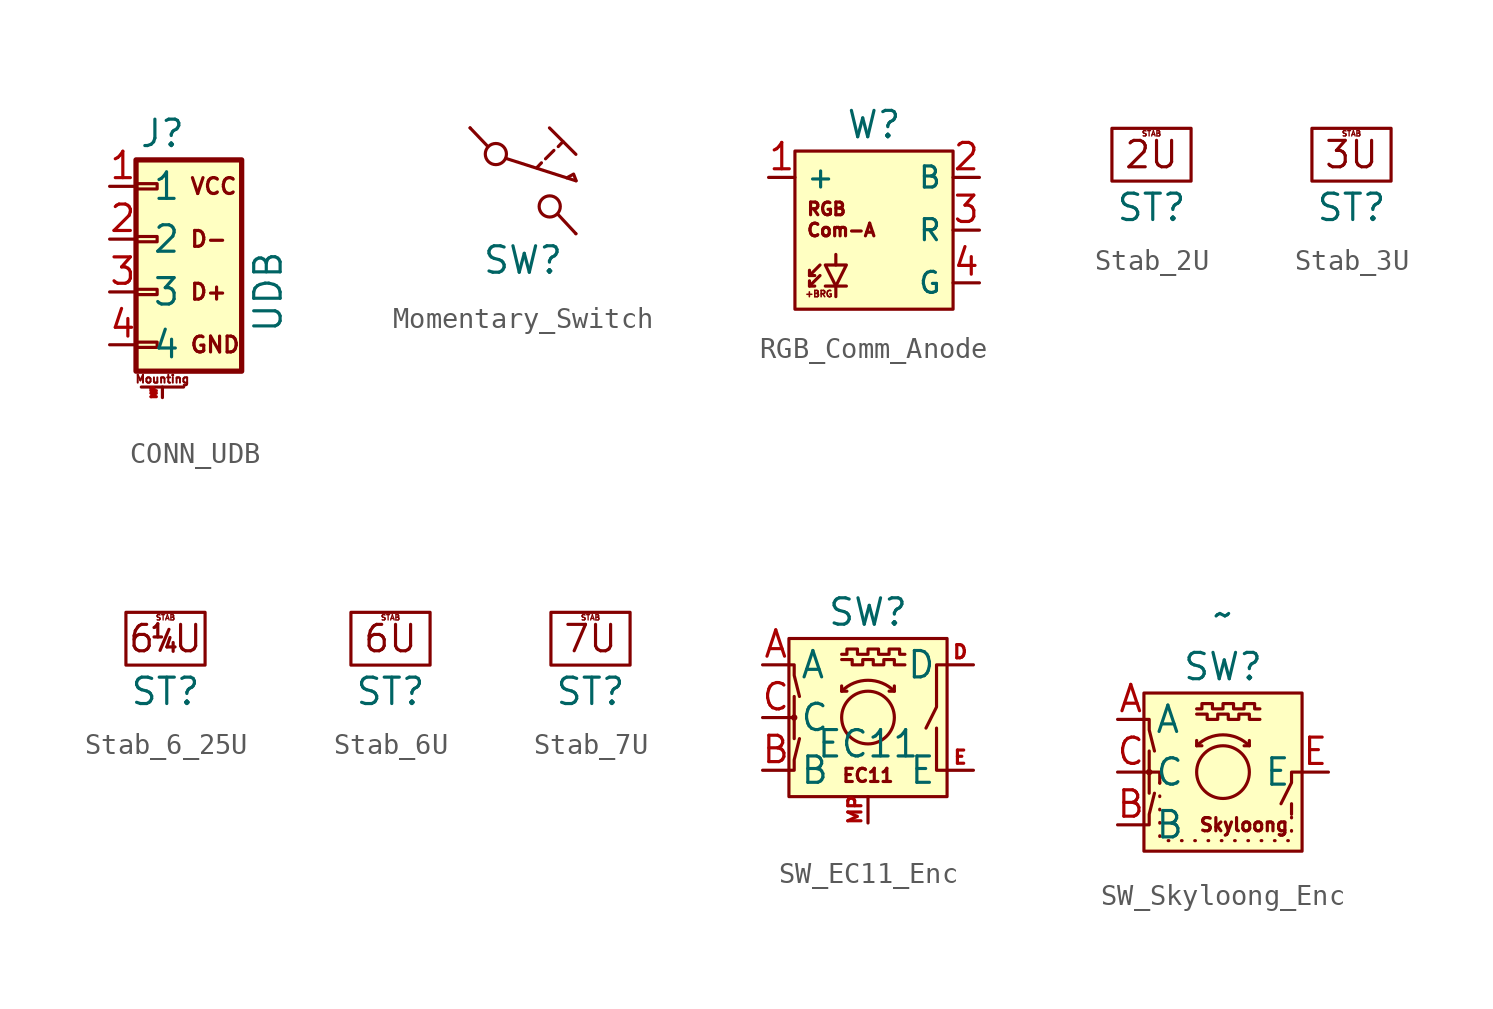
<source format=kicad_sym>
(kicad_symbol_lib
  (version 20241209)
  (generator "kicad_symbol_editor")
  (generator_version "9.0")
  (symbol "CONN_UDB"
    (pin_names
      (offset 0.762))
    (property "Reference" "J"
      (at 0 7.62 0)
      (effects (font (size 1.27 1.27))))
    (property "Value" "UDB"
      (at 5.08 0 90)
      (effects (font (size 1.27 1.27))))
    (symbol "CONN_UDB_1_1"
      (rectangle (start -1.27 6.35) (end 3.81 -3.81) (stroke (width 0.254) (type default)) (fill (type background)))
      (rectangle (start -1.27 5.207) (end -0.254 4.953) (stroke (width 0.152) (type default)) (fill (type none)))
      (rectangle (start -1.27 2.667) (end -0.254 2.413) (stroke (width 0.152) (type default)) (fill (type none)))
      (rectangle (start -1.27 0.127) (end -0.254 -0.127) (stroke (width 0.152) (type default)) (fill (type none)))
      (rectangle (start -1.27 -2.413) (end -0.254 -2.667) (stroke (width 0.152) (type default)) (fill (type none)))
      (polyline (pts (xy -1.016 -4.572) (xy 1.016 -4.572)) (stroke (width 0.152) (type default)) (fill (type none)))
      (text "Mounting" (at 0 -4.191 0) (effects (font (size 0.381 0.381))))
      (text "VCC" (at 1.27 5.08 0) (effects (font (size 0.762 0.762)) (justify left)))
      (text "D-" (at 1.27 2.54 0) (effects (font (size 0.762 0.762)) (justify left)))
      (text "D+" (at 1.27 0 0) (effects (font (size 0.762 0.762)) (justify left)))
      (text "GND" (at 1.27 -2.54 0) (effects (font (size 0.762 0.762)) (justify left)))
      (pin passive line (at -2.54 5.08 0) (length 1.27) (name "1" (effects (font (size 1.27 1.27)))) (number "1" (effects (font (size 1.27 1.27)))))
      (pin passive line (at -2.54 2.54 0) (length 1.27) (name "2" (effects (font (size 1.27 1.27)))) (number "2" (effects (font (size 1.27 1.27)))))
      (pin passive line (at -2.54 0 0) (length 1.27) (name "3" (effects (font (size 1.27 1.27)))) (number "3" (effects (font (size 1.27 1.27)))))
      (pin passive line (at -2.54 -2.54 0) (length 1.27) (name "4" (effects (font (size 1.27 1.27)))) (number "4" (effects (font (size 1.27 1.27)))))
      (pin passive line (at 0 -5.08 90) (length 0.508) (name "" (effects (font (size 0.254 0.254)))) (number "MP" (effects (font (size 0.254 0.254)))))))
  (symbol "Momentary_Switch"
    (pin_numbers
      (hide yes))
    (pin_names
      (offset 0)
      (hide yes))
    (property "Reference" "SW"
      (at 0 -3.81 0)
      (effects (font (size 1.27 1.27))))
    (property "Value" ""
      (at 0 3.556 0)
      (effects (font (size 1.27 1.27))))
    (symbol "Momentary_Switch_0_1"
      (polyline (pts (xy -1.687 1.646) (xy -2.54 2.54)) (stroke (width 0) (type default)) (fill (type none)))
      (circle (center 1.283 -1.231) (radius 0.508) (stroke (width 0) (type default)) (fill (type none)))
      (polyline (pts (xy 1.686 -1.621) (xy 2.54 -2.54)) (stroke (width 0) (type default)) (fill (type none))))
    (symbol "Momentary_Switch_1_1"
      (circle (center -1.303 1.284) (radius 0.508) (stroke (width 0) (type solid)) (fill (type none)))
      (polyline (pts (xy -0.819 1.075) (xy 2.54 0)) (stroke (width 0) (type default)) (fill (type none)))
      (polyline (pts (xy 0.659 0.625) (xy 0.886 0.863)) (stroke (width 0) (type dash)) (fill (type none)))
      (polyline (pts (xy 1.081 1.056) (xy 1.484 1.459)) (stroke (width 0) (type dash)) (fill (type none)))
      (polyline (pts (xy 1.27 2.54) (xy 2.54 1.27)) (stroke (width 0) (type default)) (fill (type none)))
      (polyline (pts (xy 1.692 1.643) (xy 1.92 1.881)) (stroke (width 0) (type dash)) (fill (type none)))
      (polyline (pts (xy 2.106 0.143) (xy 2.429 0.322) (xy 2.554 0)) (stroke (width 0) (type default)) (fill (type none)))
      (pin passive line (at -2.54 2.54 0) (length 0) (name "" (effects (font (size 1.27 1.27)))) (number "1" (effects (font (size 1.27 1.27)))))
      (pin passive line (at 2.54 -2.54 180) (length 0) (name "" (effects (font (size 1.27 1.27)))) (number "2" (effects (font (size 1.27 1.27)))))))
  (symbol "RGB_Comm_Anode"
    (property "Reference" "W"
      (at 0 5.08 0)
      (effects (font (size 1.27 1.27))))
    (property "Value" ""
      (at 0 0 0)
      (effects (font (size 1.27 1.27))))
    (symbol "RGB_Comm_Anode_1_1"
      (rectangle (start -3.81 3.81) (end 3.81 -3.81) (stroke (width 0) (type solid)) (fill (type background)))
      (polyline (pts (xy -3.109 -1.934) (xy -3.109 -2.188) (xy -2.855 -2.188)) (stroke (width 0) (type default)) (fill (type none)))
      (polyline (pts (xy -3.109 -2.442) (xy -3.109 -2.696) (xy -2.855 -2.696)) (stroke (width 0) (type default)) (fill (type none)))
      (polyline (pts (xy -3.109 -2.696) (xy -2.601 -2.188)) (stroke (width 0) (type default)) (fill (type none)))
      (polyline (pts (xy -2.601 -1.68) (xy -3.109 -2.188)) (stroke (width 0) (type default)) (fill (type none)))
      (polyline (pts (xy -1.839 -1.68) (xy -1.839 -1.172)) (stroke (width 0) (type default)) (fill (type none)))
      (polyline (pts (xy -1.839 -2.696) (xy -1.331 -2.696)) (stroke (width 0) (type default)) (fill (type none)))
      (polyline (pts (xy -1.839 -2.696) (xy -2.347 -1.68) (xy -1.331 -1.68) (xy -1.839 -2.696)) (stroke (width 0) (type default)) (fill (type none)))
      (polyline (pts (xy -1.839 -3.204) (xy -1.839 -2.696) (xy -2.347 -2.696)) (stroke (width 0) (type default)) (fill (type none)))
      (text "+BRG" (at -3.353 -3.071 0) (effects (font (size 0.305 0.305)) (justify left)))
      (text "RGB" (at -3.302 1.016 0) (effects (font (size 0.61 0.61)) (justify left)))
      (text "Com-A" (at -3.302 0 0) (effects (font (size 0.61 0.61)) (justify left)))
      (pin power_in line (at -5.08 2.54 0) (length 1.27) (name "+" (effects (font (size 1.016 1.016)))) (number "1" (effects (font (size 1.27 1.27)))))
      (pin passive line (at 5.08 2.54 180) (length 1.27) (name "B" (effects (font (size 1.016 1.016)))) (number "2" (effects (font (size 1.27 1.27)))))
      (pin passive line (at 5.08 0 180) (length 1.27) (name "R" (effects (font (size 1.016 1.016)))) (number "3" (effects (font (size 1.27 1.27)))))
      (pin passive line (at 5.08 -2.54 180) (length 1.27) (name "G" (effects (font (size 1.016 1.016)))) (number "4" (effects (font (size 1.27 1.27)))))))
  (symbol "Stab_2U"
    (pin_numbers
      (hide yes))
    (pin_names
      (offset 0)
      (hide yes))
    (property "Reference" "ST"
      (at 0 -2.54 0)
      (effects (font (size 1.27 1.27))))
    (property "Value" ""
      (at 0 2.54 0)
      (effects (font (size 1.27 1.27))))
    (symbol "Stab_2U_1_1"
      (polyline (pts (xy -1.905 1.27) (xy -1.905 -1.27) (xy 1.905 -1.27) (xy 1.905 1.27) (xy -1.905 1.27)) (stroke (width 0) (type solid)) (fill (type none)))
      (text "STAB" (at 0 1.016 0) (effects (font (size 0.254 0.254))))
      (text "2U" (at 0 0 0) (effects (font (size 1.27 1.27))))))
  (symbol "Stab_3U"
    (pin_numbers
      (hide yes))
    (pin_names
      (offset 0)
      (hide yes))
    (property "Reference" "ST"
      (at 0 -2.54 0)
      (effects (font (size 1.27 1.27))))
    (property "Value" ""
      (at 0 2.54 0)
      (effects (font (size 1.27 1.27))))
    (symbol "Stab_3U_1_1"
      (polyline (pts (xy -1.905 1.27) (xy -1.905 -1.27) (xy 1.905 -1.27) (xy 1.905 1.27) (xy -1.905 1.27)) (stroke (width 0) (type solid)) (fill (type none)))
      (text "STAB" (at 0 1.016 0) (effects (font (size 0.254 0.254))))
      (text "3U" (at 0 0 0) (effects (font (size 1.27 1.27))))))
  (symbol "Stab_6_25U"
    (pin_numbers
      (hide yes))
    (pin_names
      (offset 0)
      (hide yes))
    (property "Reference" "ST"
      (at 0 -2.54 0)
      (effects (font (size 1.27 1.27))))
    (property "Value" ""
      (at 0 2.54 0)
      (effects (font (size 1.27 1.27))))
    (symbol "Stab_6_25U_0_1"
      (polyline (pts (xy -1.905 1.27) (xy -1.905 -1.27) (xy 1.905 -1.27) (xy 1.905 1.27) (xy -1.905 1.27)) (stroke (width 0) (type default)) (fill (type none)))
      (polyline (pts (xy -0.262 -0.561) (xy 0.167 0.451)) (stroke (width 0) (type default)) (fill (type none))))
    (symbol "Stab_6_25U_1_1"
      (text "1" (at -0.371 0.371 0) (effects (font (size 0.635 0.635))))
      (text "STAB" (at 0 1.016 0) (effects (font (size 0.254 0.254))))
      (text "6 U" (at 0 0 0) (effects (font (size 1.27 1.27))))
      (text "4" (at 0.247 -0.321 0) (effects (font (size 0.635 0.635))))))
  (symbol "Stab_6U"
    (pin_numbers
      (hide yes))
    (pin_names
      (offset 0)
      (hide yes))
    (property "Reference" "ST"
      (at 0 -2.54 0)
      (effects (font (size 1.27 1.27))))
    (property "Value" ""
      (at 0 2.54 0)
      (effects (font (size 1.27 1.27))))
    (symbol "Stab_6U_0_1"
      (polyline (pts (xy -1.905 1.27) (xy -1.905 -1.27) (xy 1.905 -1.27) (xy 1.905 1.27) (xy -1.905 1.27)) (stroke (width 0) (type default)) (fill (type none))))
    (symbol "Stab_6U_1_1"
      (text "STAB" (at 0 1.016 0) (effects (font (size 0.254 0.254))))
      (text "6U" (at 0 0 0) (effects (font (size 1.27 1.27))))))
  (symbol "Stab_7U"
    (pin_numbers
      (hide yes))
    (pin_names
      (offset 0)
      (hide yes))
    (property "Reference" "ST"
      (at 0 -2.54 0)
      (effects (font (size 1.27 1.27))))
    (property "Value" ""
      (at 0 2.54 0)
      (effects (font (size 1.27 1.27))))
    (symbol "Stab_7U_1_1"
      (polyline (pts (xy -1.905 1.27) (xy -1.905 -1.27) (xy 1.905 -1.27) (xy 1.905 1.27) (xy -1.905 1.27)) (stroke (width 0) (type solid)) (fill (type none)))
      (text "STAB" (at 0 1.016 0) (effects (font (size 0.254 0.254))))
      (text "7U" (at 0 0 0) (effects (font (size 1.27 1.27))))))
  (symbol "SW_EC11_Enc"
    (property "Reference" "SW"
      (at 0 5.08 0)
      (effects (font (size 1.27 1.27))))
    (property "Value" "EC11"
      (at 0 -1.27 0)
      (effects (font (size 1.27 1.27))))
    (symbol "SW_EC11_Enc_1_1"
      (rectangle (start -3.81 3.81) (end 3.81 -3.81) (stroke (width 0) (type solid)) (fill (type background)))
      (polyline (pts (xy -3.81 2.54) (xy -3.556 2.54) (xy -3.556 2.032) (xy -3.302 1.016)) (stroke (width 0) (type default)) (fill (type none)))
      (polyline (pts (xy -3.81 -2.54) (xy -3.556 -2.54) (xy -3.556 -2.032) (xy -3.302 -1.016)) (stroke (width 0) (type default)) (fill (type none)))
      (circle (center -3.556 0) (radius 0.079) (stroke (width 0) (type default)) (fill (type none)))
      (polyline (pts (xy -3.556 0) (xy -3.81 0)) (stroke (width 0) (type default)) (fill (type none)))
      (polyline (pts (xy -3.556 -1.016) (xy -3.556 1.016)) (stroke (width 0) (type default)) (fill (type none)))
      (polyline (pts (xy -1.27 3.048) (xy -1.016 3.048) (xy -1.016 3.302) (xy -0.508 3.302) (xy -0.508 3.048) (xy 0 3.048) (xy 0 3.302) (xy 0.508 3.302) (xy 0.508 3.048) (xy 1.016 3.048) (xy 1.016 3.302) (xy 1.524 3.302) (xy 1.524 3.048) (xy 1.778 3.048)) (stroke (width 0) (type default)) (fill (type none)))
      (polyline (pts (xy -1.27 2.794) (xy -0.762 2.794) (xy -0.762 2.54) (xy -0.254 2.54) (xy -0.254 2.794) (xy 0.254 2.794) (xy 0.254 2.54) (xy 0.762 2.54) (xy 0.762 2.794) (xy 1.27 2.794) (xy 1.27 2.54) (xy 1.778 2.54)) (stroke (width 0) (type default)) (fill (type none)))
      (polyline (pts (xy -1.27 1.524) (xy -1.27 1.27) (xy -1.016 1.27)) (stroke (width 0) (type default)) (fill (type none)))
      (arc (start -1.27 1.27) (mid 0 1.7961) (end 1.27 1.27) (stroke (width 0) (type default)) (fill (type none)))
      (circle (center 0 0) (radius 1.27) (stroke (width 0) (type default)) (fill (type none)))
      (polyline (pts (xy 1.27 1.524) (xy 1.27 1.27) (xy 1.016 1.27)) (stroke (width 0) (type default)) (fill (type none)))
      (polyline (pts (xy 3.81 2.54) (xy 3.302 2.54) (xy 3.302 0.508) (xy 2.794 -0.508)) (stroke (width 0) (type default)) (fill (type none)))
      (polyline (pts (xy 3.81 -2.54) (xy 3.302 -2.54) (xy 3.302 -0.508)) (stroke (width 0) (type default)) (fill (type none)))
      (text "EC11" (at 0 -2.794 0) (effects (font (size 0.635 0.635))))
      (pin passive line (at -5.08 2.54 0) (length 1.27) (name "A" (effects (font (size 1.27 1.27)))) (number "A" (effects (font (size 1.27 1.27)))))
      (pin passive line (at -5.08 0 0) (length 1.27) (name "C" (effects (font (size 1.27 1.27)))) (number "C" (effects (font (size 1.27 1.27)))))
      (pin passive line (at -5.08 -2.54 0) (length 1.27) (name "B" (effects (font (size 1.27 1.27)))) (number "B" (effects (font (size 1.27 1.27)))))
      (pin passive line (at 0 -5.08 90) (length 1.27) (name "MP" (effects (font (size 0 0)))) (number "MP" (effects (font (size 0.635 0.635)))))
      (pin passive line (at 5.08 2.54 180) (length 1.27) (name "D" (effects (font (size 1.27 1.27)))) (number "D" (effects (font (size 0.635 0.635)))))
      (pin passive line (at 5.08 -2.54 180) (length 1.27) (name "E" (effects (font (size 1.27 1.27)))) (number "E" (effects (font (size 0.635 0.635)))))))
  (symbol "SW_Skyloong_Enc"
    (property "Reference" "SW"
      (at 0 5.08 0)
      (effects (font (size 1.27 1.27))))
    (property "Value" "~"
      (at 0 7.62 0)
      (effects (font (size 1.27 1.27))))
    (symbol "SW_Skyloong_Enc_1_1"
      (rectangle (start -3.81 3.81) (end 3.81 -3.81) (stroke (width 0) (type solid)) (fill (type background)))
      (polyline (pts (xy -3.81 2.54) (xy -3.556 2.54) (xy -3.556 2.032) (xy -3.302 1.016)) (stroke (width 0) (type default)) (fill (type none)))
      (polyline (pts (xy -3.81 0) (xy -3.048 0) (xy -3.048 -0.508)) (stroke (width 0) (type default)) (fill (type none)))
      (polyline (pts (xy -3.81 -2.54) (xy -3.556 -2.54) (xy -3.556 -2.032) (xy -3.302 -1.016)) (stroke (width 0) (type default)) (fill (type none)))
      (circle (center -3.556 0) (radius 0.079) (stroke (width 0) (type default)) (fill (type none)))
      (polyline (pts (xy -3.556 -1.016) (xy -3.556 1.016)) (stroke (width 0) (type default)) (fill (type none)))
      (polyline (pts (xy -3.048 -0.508) (xy -3.048 -3.302) (xy 3.302 -3.302) (xy 3.302 -2.032)) (stroke (width 0) (type dot)) (fill (type none)))
      (polyline (pts (xy -1.27 3.048) (xy -1.016 3.048) (xy -1.016 3.302) (xy -0.508 3.302) (xy -0.508 3.048) (xy 0 3.048) (xy 0 3.302) (xy 0.508 3.302) (xy 0.508 3.048) (xy 1.016 3.048) (xy 1.016 3.302) (xy 1.524 3.302) (xy 1.524 3.048) (xy 1.778 3.048)) (stroke (width 0) (type default)) (fill (type none)))
      (polyline (pts (xy -1.27 2.794) (xy -0.762 2.794) (xy -0.762 2.54) (xy -0.254 2.54) (xy -0.254 2.794) (xy 0.254 2.794) (xy 0.254 2.54) (xy 0.762 2.54) (xy 0.762 2.794) (xy 1.27 2.794) (xy 1.27 2.54) (xy 1.778 2.54)) (stroke (width 0) (type default)) (fill (type none)))
      (polyline (pts (xy -1.27 1.524) (xy -1.27 1.27) (xy -1.016 1.27)) (stroke (width 0) (type default)) (fill (type none)))
      (arc (start -1.27 1.27) (mid 0 1.7961) (end 1.27 1.27) (stroke (width 0) (type default)) (fill (type none)))
      (circle (center 0 0) (radius 1.27) (stroke (width 0) (type default)) (fill (type none)))
      (polyline (pts (xy 1.27 1.524) (xy 1.27 1.27) (xy 1.016 1.27)) (stroke (width 0) (type default)) (fill (type none)))
      (polyline (pts (xy 3.302 -1.524) (xy 3.302 -2.032)) (stroke (width 0) (type default)) (fill (type none)))
      (polyline (pts (xy 3.81 0) (xy 3.302 0) (xy 3.302 -0.508) (xy 2.794 -1.524)) (stroke (width 0) (type default)) (fill (type none)))
      (text "Skyloong" (at 1.016 -2.54 0) (effects (font (size 0.635 0.635))))
      (pin passive line (at -5.08 2.54 0) (length 1.27) (name "A" (effects (font (size 1.27 1.27)))) (number "A" (effects (font (size 1.27 1.27)))))
      (pin passive line (at -5.08 0 0) (length 1.27) (name "C" (effects (font (size 1.27 1.27)))) (number "C" (effects (font (size 1.27 1.27)))))
      (pin passive line (at -5.08 -2.54 0) (length 1.27) (name "B" (effects (font (size 1.27 1.27)))) (number "B" (effects (font (size 1.27 1.27)))))
      (pin passive line (at 5.08 0 180) (length 1.27) (name "E" (effects (font (size 1.27 1.27)))) (number "E" (effects (font (size 1.27 1.27))))))))
</source>
